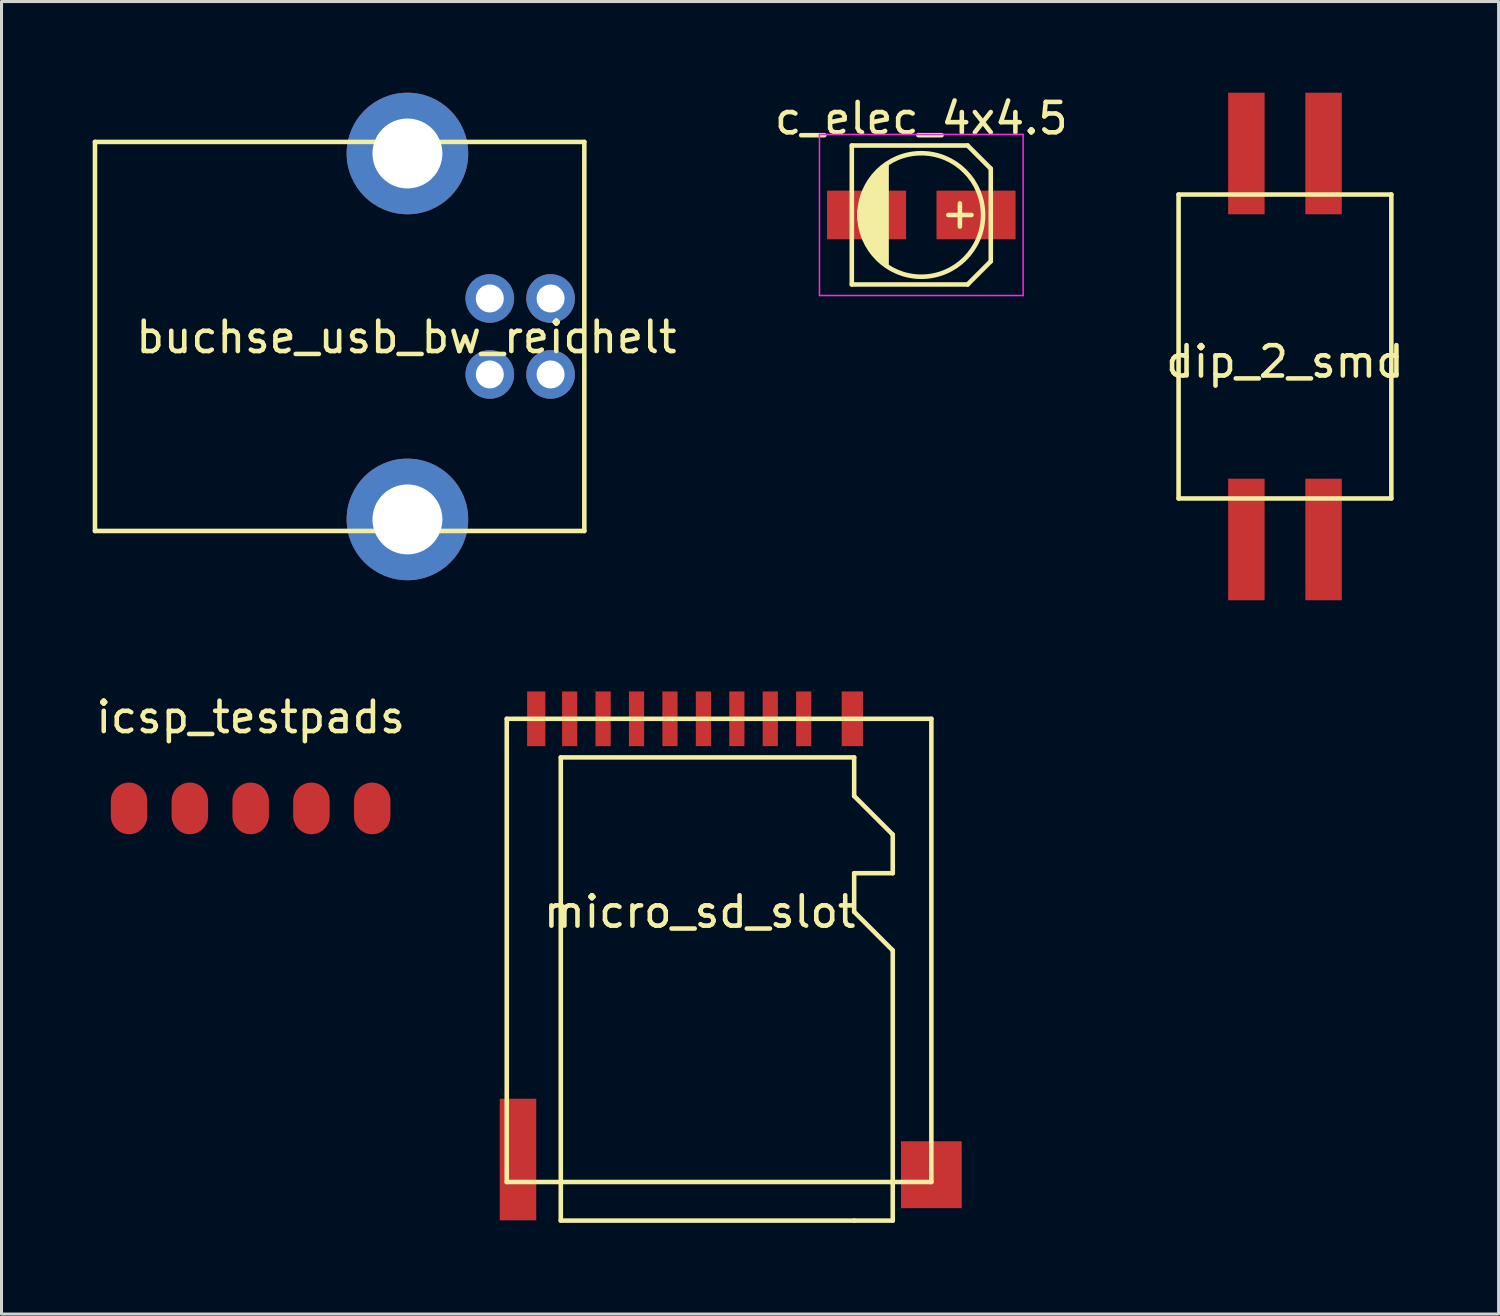
<source format=kicad_pcb>
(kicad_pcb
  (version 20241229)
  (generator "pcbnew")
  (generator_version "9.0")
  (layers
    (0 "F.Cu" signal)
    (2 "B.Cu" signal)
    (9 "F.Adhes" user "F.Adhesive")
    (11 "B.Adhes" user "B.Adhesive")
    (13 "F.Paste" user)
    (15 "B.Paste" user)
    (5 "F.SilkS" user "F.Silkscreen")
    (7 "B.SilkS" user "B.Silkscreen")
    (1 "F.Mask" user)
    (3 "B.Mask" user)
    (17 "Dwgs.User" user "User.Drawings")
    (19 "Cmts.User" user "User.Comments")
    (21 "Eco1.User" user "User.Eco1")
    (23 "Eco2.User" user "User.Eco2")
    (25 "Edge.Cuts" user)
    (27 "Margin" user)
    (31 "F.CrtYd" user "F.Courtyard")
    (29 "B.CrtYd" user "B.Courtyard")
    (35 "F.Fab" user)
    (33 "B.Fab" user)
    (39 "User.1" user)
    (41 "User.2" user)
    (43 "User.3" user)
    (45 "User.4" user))
  (footprint "icsp_testpads"
    (layer "F.Cu")
    (at 5.196 23.548)
    (property "Reference" "icsp_testpads" (at 0 -3 0) (layer "F.SilkS") (effects (font (size 1 1) (thickness 0.15))))
    (attr through_hole)
    (pad "1" smd oval (at 4 0) (size 1.2 1.7) (layers "F.Cu" "F.Mask" "F.Paste"))
    (pad "2" smd oval (at 2 0) (size 1.2 1.7) (layers "F.Cu" "F.Mask" "F.Paste"))
    (pad "3" smd oval (at 0 0) (size 1.2 1.7) (layers "F.Cu" "F.Mask" "F.Paste"))
    (pad "4" smd oval (at -2 0) (size 1.2 1.7) (layers "F.Cu" "F.Mask" "F.Paste"))
    (pad "5" smd oval (at -4 0) (size 1.2 1.7) (layers "F.Cu" "F.Mask" "F.Paste")))
  (footprint "c_elec_4x4.5"
    (layer "F.Cu")
    (at 27.262 4.023)
    (property "Reference" "c_elec_4x4.5" (at 0 -3.175 0) (layer "F.SilkS") (effects (font (size 1 1) (thickness 0.15))))
    (attr smd)
    (fp_line (start -2.286 -2.286) (end -2.286 2.286) (stroke (width 0.15) (type solid)) (layer "F.SilkS"))
    (fp_line (start -2.032 0.127) (end -2.032 -0.127) (stroke (width 0.15) (type solid)) (layer "F.SilkS"))
    (fp_line (start -1.905 -0.635) (end -1.905 0.635) (stroke (width 0.15) (type solid)) (layer "F.SilkS"))
    (fp_line (start -1.778 0.889) (end -1.778 -0.889) (stroke (width 0.15) (type solid)) (layer "F.SilkS"))
    (fp_line (start -1.651 1.143) (end -1.651 -1.143) (stroke (width 0.15) (type solid)) (layer "F.SilkS"))
    (fp_line (start -1.524 -1.27) (end -1.524 1.27) (stroke (width 0.15) (type solid)) (layer "F.SilkS"))
    (fp_line (start -1.397 1.397) (end -1.397 -1.397) (stroke (width 0.15) (type solid)) (layer "F.SilkS"))
    (fp_line (start -1.27 -1.524) (end -1.27 1.524) (stroke (width 0.15) (type solid)) (layer "F.SilkS"))
    (fp_line (start -1.143 -1.651) (end -1.143 1.651) (stroke (width 0.15) (type solid)) (layer "F.SilkS"))
    (fp_line (start 1.27 -0.381) (end 1.27 0.381) (stroke (width 0.15) (type solid)) (layer "F.SilkS"))
    (fp_line (start 1.524 -2.286) (end -2.286 -2.286) (stroke (width 0.15) (type solid)) (layer "F.SilkS"))
    (fp_line (start 1.524 -2.286) (end 2.286 -1.524) (stroke (width 0.15) (type solid)) (layer "F.SilkS"))
    (fp_line (start 1.524 2.286) (end -2.286 2.286) (stroke (width 0.15) (type solid)) (layer "F.SilkS"))
    (fp_line (start 1.524 2.286) (end 2.286 1.524) (stroke (width 0.15) (type solid)) (layer "F.SilkS"))
    (fp_line (start 1.651 0) (end 0.889 0) (stroke (width 0.15) (type solid)) (layer "F.SilkS"))
    (fp_line (start 2.286 -1.524) (end 2.286 1.524) (stroke (width 0.15) (type solid)) (layer "F.SilkS"))
    (fp_circle (center 0 0) (end -2.032 0) (stroke (width 0.15) (type solid)) (fill no) (layer "F.SilkS"))
    (fp_line (start -3.35 -2.65) (end -3.35 2.65) (stroke (width 0.05) (type solid)) (layer "F.CrtYd"))
    (fp_line (start -3.35 2.65) (end 3.35 2.65) (stroke (width 0.05) (type solid)) (layer "F.CrtYd"))
    (fp_line (start 3.35 -2.65) (end -3.35 -2.65) (stroke (width 0.05) (type solid)) (layer "F.CrtYd"))
    (fp_line (start 3.35 2.65) (end 3.35 -2.65) (stroke (width 0.05) (type solid)) (layer "F.CrtYd"))
    (pad "1" smd rect (at 1.801 0) (size 2.601 1.6) (layers "F.Cu" "F.Mask" "F.Paste"))
    (pad "2" smd rect (at -1.801 0) (size 2.601 1.6) (layers "F.Cu" "F.Mask" "F.Paste")))
  (footprint "buchse_usb_bw_reichelt"
    (layer "F.Cu")
    (at 13.065 8.02)
    (property "Reference" "buchse_usb_bw_reichelt" (at -2.743 0.025 0) (layer "F.SilkS") (effects (font (size 1 1) (thickness 0.15))))
    (attr through_hole)
    (fp_line (start -12.99 -6.4) (end 3.11 -6.4) (stroke (width 0.15) (type solid)) (layer "F.SilkS"))
    (fp_line (start -12.99 6.4) (end -12.99 -6.4) (stroke (width 0.15) (type solid)) (layer "F.SilkS"))
    (fp_line (start 3.11 -6.4) (end 3.11 6.4) (stroke (width 0.15) (type solid)) (layer "F.SilkS"))
    (fp_line (start 3.11 6.4) (end -12.99 6.4) (stroke (width 0.15) (type solid)) (layer "F.SilkS"))
    (pad "1" thru_hole circle (at 2 1.25) (size 1.6 1.6) (drill 0.92) (layers "*.Cu" "*.Mask"))
    (pad "2" thru_hole circle (at 2 -1.25) (size 1.6 1.6) (drill 0.92) (layers "*.Cu" "*.Mask"))
    (pad "3" thru_hole circle (at 0 -1.25) (size 1.6 1.6) (drill 0.92) (layers "*.Cu" "*.Mask"))
    (pad "4" thru_hole circle (at 0 1.25) (size 1.6 1.6) (drill 0.92) (layers "*.Cu" "*.Mask"))
    (pad "5" thru_hole circle (at -2.71 -6.02) (size 4 4) (drill 2.3) (layers "*.Cu" "*.Mask"))
    (pad "5" thru_hole circle (at -2.71 6.02) (size 4 4) (drill 2.3) (layers "*.Cu" "*.Mask")))
  (footprint "micro_sd_slot"
    (layer "F.Cu")
    (at 27.593 20.6)
    (property "Reference" "micro_sd_slot" (at -7.62 6.35 0) (layer "F.SilkS") (effects (font (size 1 1) (thickness 0.15))))
    (attr through_hole)
    (fp_line (start -13.97 0) (end -13.97 15.24) (stroke (width 0.15) (type solid)) (layer "F.SilkS"))
    (fp_line (start -13.97 15.24) (end 0 15.24) (stroke (width 0.15) (type solid)) (layer "F.SilkS"))
    (fp_line (start -12.192 1.27) (end -12.192 16.51) (stroke (width 0.15) (type solid)) (layer "F.SilkS"))
    (fp_line (start -12.192 16.51) (end -2.54 16.51) (stroke (width 0.15) (type solid)) (layer "F.SilkS"))
    (fp_line (start -2.54 1.27) (end -12.192 1.27) (stroke (width 0.15) (type solid)) (layer "F.SilkS"))
    (fp_line (start -2.54 2.54) (end -2.54 1.27) (stroke (width 0.15) (type solid)) (layer "F.SilkS"))
    (fp_line (start -2.54 5.08) (end -1.27 5.08) (stroke (width 0.15) (type solid)) (layer "F.SilkS"))
    (fp_line (start -2.54 6.35) (end -2.54 5.08) (stroke (width 0.15) (type solid)) (layer "F.SilkS"))
    (fp_line (start -2.54 16.51) (end -1.27 16.51) (stroke (width 0.15) (type solid)) (layer "F.SilkS"))
    (fp_line (start -1.27 3.81) (end -2.54 2.54) (stroke (width 0.15) (type solid)) (layer "F.SilkS"))
    (fp_line (start -1.27 5.08) (end -1.27 3.81) (stroke (width 0.15) (type solid)) (layer "F.SilkS"))
    (fp_line (start -1.27 7.62) (end -2.54 6.35) (stroke (width 0.15) (type solid)) (layer "F.SilkS"))
    (fp_line (start -1.27 16.51) (end -1.27 7.62) (stroke (width 0.15) (type solid)) (layer "F.SilkS"))
    (fp_line (start 0 0) (end -13.97 0) (stroke (width 0.15) (type solid)) (layer "F.SilkS"))
    (fp_line (start 0 15.24) (end 0 0) (stroke (width 0.15) (type solid)) (layer "F.SilkS"))
    (pad "1" smd rect (at -4.2 0) (size 0.5 1.8) (layers "F.Cu" "F.Mask" "F.Paste"))
    (pad "2" smd rect (at -5.3 0) (size 0.5 1.8) (layers "F.Cu" "F.Mask" "F.Paste"))
    (pad "3" smd rect (at -6.4 0) (size 0.5 1.8) (layers "F.Cu" "F.Mask" "F.Paste"))
    (pad "4" smd rect (at -7.5 0) (size 0.5 1.8) (layers "F.Cu" "F.Mask" "F.Paste"))
    (pad "5" smd rect (at -8.6 0) (size 0.5 1.8) (layers "F.Cu" "F.Mask" "F.Paste"))
    (pad "6" smd rect (at -9.7 0) (size 0.5 1.8) (layers "F.Cu" "F.Mask" "F.Paste"))
    (pad "7" smd rect (at -10.8 0) (size 0.5 1.8) (layers "F.Cu" "F.Mask" "F.Paste"))
    (pad "8" smd rect (at -11.9 0) (size 0.5 1.8) (layers "F.Cu" "F.Mask" "F.Paste"))
    (pad "9" smd rect (at -13 0) (size 0.6 1.8) (layers "F.Cu" "F.Mask" "F.Paste"))
    (pad "10" smd rect (at -13.6 14.5) (size 1.2 4) (layers "F.Cu" "F.Mask" "F.Paste"))
    (pad "10" smd rect (at -2.6 0) (size 0.7 1.8) (layers "F.Cu" "F.Mask" "F.Paste"))
    (pad "10" smd rect (at 0 15) (size 2 2.2) (layers "F.Cu" "F.Mask" "F.Paste")))
  (footprint "dip_2_smd"
    (layer "F.Cu")
    (at 39.227 8.35)
    (property "Reference" "dip_2_smd" (at 0 0.5 0) (layer "F.SilkS") (effects (font (size 1 1) (thickness 0.15))))
    (attr through_hole)
    (fp_line (start -3.5 -5) (end 3.5 -5) (stroke (width 0.15) (type solid)) (layer "F.SilkS"))
    (fp_line (start -3.5 5) (end -3.5 -5) (stroke (width 0.15) (type solid)) (layer "F.SilkS"))
    (fp_line (start 3.5 -5) (end 3.5 5) (stroke (width 0.15) (type solid)) (layer "F.SilkS"))
    (fp_line (start 3.5 5) (end -3.5 5) (stroke (width 0.15) (type solid)) (layer "F.SilkS"))
    (pad "1" smd rect (at -1.27 -6.35) (size 1.2 4) (layers "F.Cu" "F.Mask" "F.Paste"))
    (pad "2" smd rect (at 1.27 -6.35) (size 1.2 4) (layers "F.Cu" "F.Mask" "F.Paste"))
    (pad "3" smd rect (at 1.27 6.35) (size 1.2 4) (layers "F.Cu" "F.Mask" "F.Paste"))
    (pad "4" smd rect (at -1.27 6.35) (size 1.2 4) (layers "F.Cu" "F.Mask" "F.Paste")))
  (gr_rect
    (start -3 -3)
    (end 46.256 40.185)
    (stroke (width 0.1) (type default))
    (fill no)
    (layer "Edge.Cuts")))
</source>
